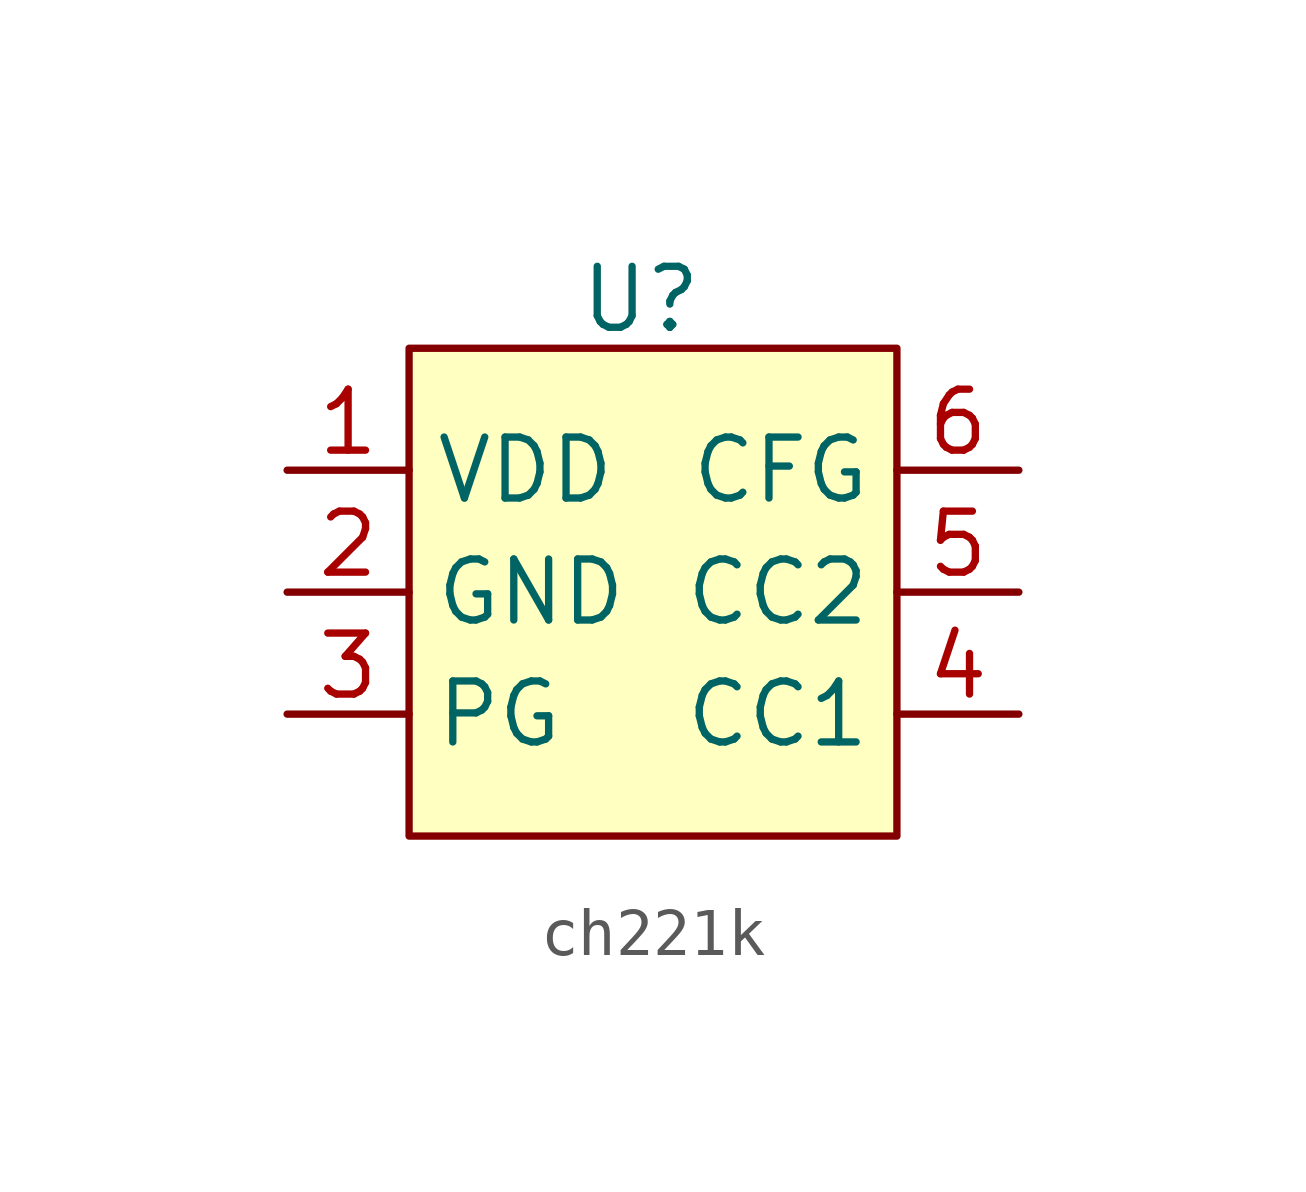
<source format=kicad_sym>
(kicad_symbol_lib
  (version 20231120)
  (generator "kicad_symbol_editor")
  (generator_version "8.0")
  (symbol "ch221k"
    (property "Reference" "U"
      (at -0.254 6.096 0)
      (effects (font (size 1.27 1.27))))
    (property "Value" ""
      (at -3.81 3.81 0)
      (effects (font (size 1.27 1.27))))
    (symbol "ch221k_1_1"
      (rectangle (start -5.08 5.08) (end 5.08 -5.08) (stroke (width 0) (type default)) (fill (type background)))
      (pin passive line (at -7.62 2.54 0) (length 2.54) (name "VDD" (effects (font (size 1.27 1.27)))) (number "1" (effects (font (size 1.27 1.27)))))
      (pin passive line (at -7.62 0 0) (length 2.54) (name "GND" (effects (font (size 1.27 1.27)))) (number "2" (effects (font (size 1.27 1.27)))))
      (pin passive line (at -7.62 -2.54 0) (length 2.54) (name "PG" (effects (font (size 1.27 1.27)))) (number "3" (effects (font (size 1.27 1.27)))))
      (pin passive line (at 7.62 -2.54 180) (length 2.54) (name "CC1" (effects (font (size 1.27 1.27)))) (number "4" (effects (font (size 1.27 1.27)))))
      (pin passive line (at 7.62 0 180) (length 2.54) (name "CC2" (effects (font (size 1.27 1.27)))) (number "5" (effects (font (size 1.27 1.27)))))
      (pin passive line (at 7.62 2.54 180) (length 2.54) (name "CFG" (effects (font (size 1.27 1.27)))) (number "6" (effects (font (size 1.27 1.27))))))))
</source>
